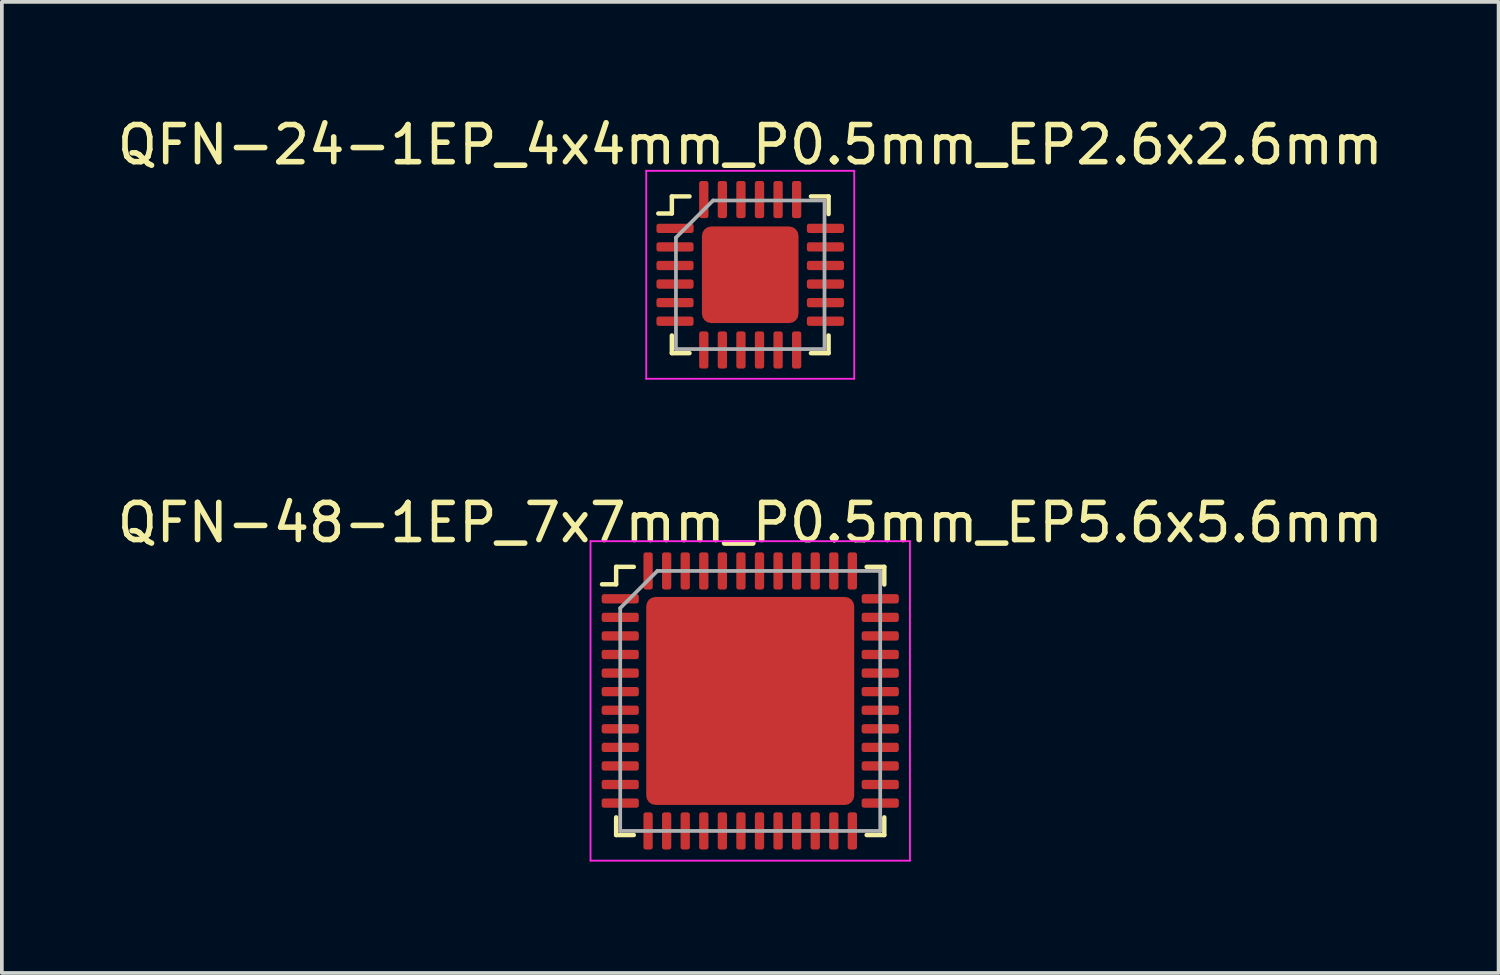
<source format=kicad_pcb>
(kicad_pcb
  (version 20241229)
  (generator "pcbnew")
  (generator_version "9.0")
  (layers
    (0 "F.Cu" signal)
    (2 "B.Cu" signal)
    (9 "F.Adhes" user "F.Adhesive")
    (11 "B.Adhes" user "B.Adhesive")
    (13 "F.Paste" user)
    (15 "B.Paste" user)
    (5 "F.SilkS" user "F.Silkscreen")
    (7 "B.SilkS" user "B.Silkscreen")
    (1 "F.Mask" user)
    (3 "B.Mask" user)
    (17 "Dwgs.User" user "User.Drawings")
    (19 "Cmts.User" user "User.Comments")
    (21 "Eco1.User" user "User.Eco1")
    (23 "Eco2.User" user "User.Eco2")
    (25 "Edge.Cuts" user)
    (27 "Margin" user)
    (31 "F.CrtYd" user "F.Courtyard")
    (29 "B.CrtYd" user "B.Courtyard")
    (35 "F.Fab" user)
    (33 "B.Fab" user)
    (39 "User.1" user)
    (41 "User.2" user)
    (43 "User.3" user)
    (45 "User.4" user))
  (footprint "QFN-48-1EP_7x7mm_P0.5mm_EP5.6x5.6mm"
    (layer "F.Cu")
    (at 17.149 15.822)
    (property "Reference" "QFN-48-1EP_7x7mm_P0.5mm_EP5.6x5.6mm" (at 0 -4.8 0) (layer "F.SilkS") (effects (font (size 1 1) (thickness 0.15))))
    (attr smd)
    (fp_line (start -3.61 -3.61) (end -3.61 -3.14) (stroke (width 0.12) (type solid)) (layer "F.SilkS"))
    (fp_line (start -3.61 -3.14) (end -3.99 -3.14) (stroke (width 0.12) (type solid)) (layer "F.SilkS"))
    (fp_line (start -3.61 3.61) (end -3.61 3.135) (stroke (width 0.12) (type solid)) (layer "F.SilkS"))
    (fp_line (start -3.135 -3.61) (end -3.61 -3.61) (stroke (width 0.12) (type solid)) (layer "F.SilkS"))
    (fp_line (start -3.135 3.61) (end -3.61 3.61) (stroke (width 0.12) (type solid)) (layer "F.SilkS"))
    (fp_line (start 3.135 -3.61) (end 3.61 -3.61) (stroke (width 0.12) (type solid)) (layer "F.SilkS"))
    (fp_line (start 3.135 3.61) (end 3.61 3.61) (stroke (width 0.12) (type solid)) (layer "F.SilkS"))
    (fp_line (start 3.61 -3.61) (end 3.61 -3.135) (stroke (width 0.12) (type solid)) (layer "F.SilkS"))
    (fp_line (start 3.61 3.61) (end 3.61 3.135) (stroke (width 0.12) (type solid)) (layer "F.SilkS"))
    (fp_line (start -4.3 -4.3) (end -4.3 4.3) (stroke (width 0.05) (type solid)) (layer "F.CrtYd"))
    (fp_line (start -4.3 4.3) (end 4.3 4.3) (stroke (width 0.05) (type solid)) (layer "F.CrtYd"))
    (fp_line (start 4.3 -4.3) (end -4.3 -4.3) (stroke (width 0.05) (type solid)) (layer "F.CrtYd"))
    (fp_line (start 4.3 4.3) (end 4.3 -4.3) (stroke (width 0.05) (type solid)) (layer "F.CrtYd"))
    (fp_line (start -3.5 -2.5) (end -2.5 -3.5) (stroke (width 0.1) (type solid)) (layer "F.Fab"))
    (fp_line (start -3.5 3.5) (end -3.5 -2.5) (stroke (width 0.1) (type solid)) (layer "F.Fab"))
    (fp_line (start -2.5 -3.5) (end 3.5 -3.5) (stroke (width 0.1) (type solid)) (layer "F.Fab"))
    (fp_line (start 3.5 -3.5) (end 3.5 3.5) (stroke (width 0.1) (type solid)) (layer "F.Fab"))
    (fp_line (start 3.5 3.5) (end -3.5 3.5) (stroke (width 0.1) (type solid)) (layer "F.Fab"))
    (pad "" smd roundrect (at -2.1 -2.1) (size 1.13 1.13) (layers "F.Paste") (roundrect_rratio 0.221))
    (pad "" smd roundrect (at -2.1 -0.7) (size 1.13 1.13) (layers "F.Paste") (roundrect_rratio 0.221))
    (pad "" smd roundrect (at -2.1 0.7) (size 1.13 1.13) (layers "F.Paste") (roundrect_rratio 0.221))
    (pad "" smd roundrect (at -2.1 2.1) (size 1.13 1.13) (layers "F.Paste") (roundrect_rratio 0.221))
    (pad "" smd roundrect (at -0.7 -2.1) (size 1.13 1.13) (layers "F.Paste") (roundrect_rratio 0.221))
    (pad "" smd roundrect (at -0.7 -0.7) (size 1.13 1.13) (layers "F.Paste") (roundrect_rratio 0.221))
    (pad "" smd roundrect (at -0.7 0.7) (size 1.13 1.13) (layers "F.Paste") (roundrect_rratio 0.221))
    (pad "" smd roundrect (at -0.7 2.1) (size 1.13 1.13) (layers "F.Paste") (roundrect_rratio 0.221))
    (pad "" smd roundrect (at 0.7 -2.1) (size 1.13 1.13) (layers "F.Paste") (roundrect_rratio 0.221))
    (pad "" smd roundrect (at 0.7 -0.7) (size 1.13 1.13) (layers "F.Paste") (roundrect_rratio 0.221))
    (pad "" smd roundrect (at 0.7 0.7) (size 1.13 1.13) (layers "F.Paste") (roundrect_rratio 0.221))
    (pad "" smd roundrect (at 0.7 2.1) (size 1.13 1.13) (layers "F.Paste") (roundrect_rratio 0.221))
    (pad "" smd roundrect (at 2.1 -2.1) (size 1.13 1.13) (layers "F.Paste") (roundrect_rratio 0.221))
    (pad "" smd roundrect (at 2.1 -0.7) (size 1.13 1.13) (layers "F.Paste") (roundrect_rratio 0.221))
    (pad "" smd roundrect (at 2.1 0.7) (size 1.13 1.13) (layers "F.Paste") (roundrect_rratio 0.221))
    (pad "" smd roundrect (at 2.1 2.1) (size 1.13 1.13) (layers "F.Paste") (roundrect_rratio 0.221))
    (pad "1" smd roundrect (at -3.5 -2.75) (size 1 0.25) (layers "F.Cu" "F.Mask" "F.Paste") (roundrect_rratio 0.25))
    (pad "2" smd roundrect (at -3.5 -2.25) (size 1 0.25) (layers "F.Cu" "F.Mask" "F.Paste") (roundrect_rratio 0.25))
    (pad "3" smd roundrect (at -3.5 -1.75) (size 1 0.25) (layers "F.Cu" "F.Mask" "F.Paste") (roundrect_rratio 0.25))
    (pad "4" smd roundrect (at -3.5 -1.25) (size 1 0.25) (layers "F.Cu" "F.Mask" "F.Paste") (roundrect_rratio 0.25))
    (pad "5" smd roundrect (at -3.5 -0.75) (size 1 0.25) (layers "F.Cu" "F.Mask" "F.Paste") (roundrect_rratio 0.25))
    (pad "6" smd roundrect (at -3.5 -0.25) (size 1 0.25) (layers "F.Cu" "F.Mask" "F.Paste") (roundrect_rratio 0.25))
    (pad "7" smd roundrect (at -3.5 0.25) (size 1 0.25) (layers "F.Cu" "F.Mask" "F.Paste") (roundrect_rratio 0.25))
    (pad "8" smd roundrect (at -3.5 0.75) (size 1 0.25) (layers "F.Cu" "F.Mask" "F.Paste") (roundrect_rratio 0.25))
    (pad "9" smd roundrect (at -3.5 1.25) (size 1 0.25) (layers "F.Cu" "F.Mask" "F.Paste") (roundrect_rratio 0.25))
    (pad "10" smd roundrect (at -3.5 1.75) (size 1 0.25) (layers "F.Cu" "F.Mask" "F.Paste") (roundrect_rratio 0.25))
    (pad "11" smd roundrect (at -3.5 2.25) (size 1 0.25) (layers "F.Cu" "F.Mask" "F.Paste") (roundrect_rratio 0.25))
    (pad "12" smd roundrect (at -3.5 2.75) (size 1 0.25) (layers "F.Cu" "F.Mask" "F.Paste") (roundrect_rratio 0.25))
    (pad "13" smd roundrect (at -2.75 3.5) (size 0.25 1) (layers "F.Cu" "F.Mask" "F.Paste") (roundrect_rratio 0.25))
    (pad "14" smd roundrect (at -2.25 3.5) (size 0.25 1) (layers "F.Cu" "F.Mask" "F.Paste") (roundrect_rratio 0.25))
    (pad "15" smd roundrect (at -1.75 3.5) (size 0.25 1) (layers "F.Cu" "F.Mask" "F.Paste") (roundrect_rratio 0.25))
    (pad "16" smd roundrect (at -1.25 3.5) (size 0.25 1) (layers "F.Cu" "F.Mask" "F.Paste") (roundrect_rratio 0.25))
    (pad "17" smd roundrect (at -0.75 3.5) (size 0.25 1) (layers "F.Cu" "F.Mask" "F.Paste") (roundrect_rratio 0.25))
    (pad "18" smd roundrect (at -0.25 3.5) (size 0.25 1) (layers "F.Cu" "F.Mask" "F.Paste") (roundrect_rratio 0.25))
    (pad "19" smd roundrect (at 0.25 3.5) (size 0.25 1) (layers "F.Cu" "F.Mask" "F.Paste") (roundrect_rratio 0.25))
    (pad "20" smd roundrect (at 0.75 3.5) (size 0.25 1) (layers "F.Cu" "F.Mask" "F.Paste") (roundrect_rratio 0.25))
    (pad "21" smd roundrect (at 1.25 3.5) (size 0.25 1) (layers "F.Cu" "F.Mask" "F.Paste") (roundrect_rratio 0.25))
    (pad "22" smd roundrect (at 1.75 3.5) (size 0.25 1) (layers "F.Cu" "F.Mask" "F.Paste") (roundrect_rratio 0.25))
    (pad "23" smd roundrect (at 2.25 3.5) (size 0.25 1) (layers "F.Cu" "F.Mask" "F.Paste") (roundrect_rratio 0.25))
    (pad "24" smd roundrect (at 2.75 3.5) (size 0.25 1) (layers "F.Cu" "F.Mask" "F.Paste") (roundrect_rratio 0.25))
    (pad "25" smd roundrect (at 3.5 2.75) (size 1 0.25) (layers "F.Cu" "F.Mask" "F.Paste") (roundrect_rratio 0.25))
    (pad "26" smd roundrect (at 3.5 2.25) (size 1 0.25) (layers "F.Cu" "F.Mask" "F.Paste") (roundrect_rratio 0.25))
    (pad "27" smd roundrect (at 3.5 1.75) (size 1 0.25) (layers "F.Cu" "F.Mask" "F.Paste") (roundrect_rratio 0.25))
    (pad "28" smd roundrect (at 3.5 1.25) (size 1 0.25) (layers "F.Cu" "F.Mask" "F.Paste") (roundrect_rratio 0.25))
    (pad "29" smd roundrect (at 3.5 0.75) (size 1 0.25) (layers "F.Cu" "F.Mask" "F.Paste") (roundrect_rratio 0.25))
    (pad "30" smd roundrect (at 3.5 0.25) (size 1 0.25) (layers "F.Cu" "F.Mask" "F.Paste") (roundrect_rratio 0.25))
    (pad "31" smd roundrect (at 3.5 -0.25) (size 1 0.25) (layers "F.Cu" "F.Mask" "F.Paste") (roundrect_rratio 0.25))
    (pad "32" smd roundrect (at 3.5 -0.75) (size 1 0.25) (layers "F.Cu" "F.Mask" "F.Paste") (roundrect_rratio 0.25))
    (pad "33" smd roundrect (at 3.5 -1.25) (size 1 0.25) (layers "F.Cu" "F.Mask" "F.Paste") (roundrect_rratio 0.25))
    (pad "34" smd roundrect (at 3.5 -1.75) (size 1 0.25) (layers "F.Cu" "F.Mask" "F.Paste") (roundrect_rratio 0.25))
    (pad "35" smd roundrect (at 3.5 -2.25) (size 1 0.25) (layers "F.Cu" "F.Mask" "F.Paste") (roundrect_rratio 0.25))
    (pad "36" smd roundrect (at 3.5 -2.75) (size 1 0.25) (layers "F.Cu" "F.Mask" "F.Paste") (roundrect_rratio 0.25))
    (pad "37" smd roundrect (at 2.75 -3.5) (size 0.25 1) (layers "F.Cu" "F.Mask" "F.Paste") (roundrect_rratio 0.25))
    (pad "38" smd roundrect (at 2.25 -3.5) (size 0.25 1) (layers "F.Cu" "F.Mask" "F.Paste") (roundrect_rratio 0.25))
    (pad "39" smd roundrect (at 1.75 -3.5) (size 0.25 1) (layers "F.Cu" "F.Mask" "F.Paste") (roundrect_rratio 0.25))
    (pad "40" smd roundrect (at 1.25 -3.5) (size 0.25 1) (layers "F.Cu" "F.Mask" "F.Paste") (roundrect_rratio 0.25))
    (pad "41" smd roundrect (at 0.75 -3.5) (size 0.25 1) (layers "F.Cu" "F.Mask" "F.Paste") (roundrect_rratio 0.25))
    (pad "42" smd roundrect (at 0.25 -3.5) (size 0.25 1) (layers "F.Cu" "F.Mask" "F.Paste") (roundrect_rratio 0.25))
    (pad "43" smd roundrect (at -0.25 -3.5) (size 0.25 1) (layers "F.Cu" "F.Mask" "F.Paste") (roundrect_rratio 0.25))
    (pad "44" smd roundrect (at -0.75 -3.5) (size 0.25 1) (layers "F.Cu" "F.Mask" "F.Paste") (roundrect_rratio 0.25))
    (pad "45" smd roundrect (at -1.25 -3.5) (size 0.25 1) (layers "F.Cu" "F.Mask" "F.Paste") (roundrect_rratio 0.25))
    (pad "46" smd roundrect (at -1.75 -3.5) (size 0.25 1) (layers "F.Cu" "F.Mask" "F.Paste") (roundrect_rratio 0.25))
    (pad "47" smd roundrect (at -2.25 -3.5) (size 0.25 1) (layers "F.Cu" "F.Mask" "F.Paste") (roundrect_rratio 0.25))
    (pad "48" smd roundrect (at -2.75 -3.5) (size 0.25 1) (layers "F.Cu" "F.Mask" "F.Paste") (roundrect_rratio 0.25))
    (pad "49" smd roundrect (at 0 0) (size 5.6 5.6) (layers "F.Cu" "F.Mask") (roundrect_rratio 0.045)))
  (footprint "QFN-24-1EP_4x4mm_P0.5mm_EP2.6x2.6mm"
    (layer "F.Cu")
    (at 17.149 4.348)
    (property "Reference" "QFN-24-1EP_4x4mm_P0.5mm_EP2.6x2.6mm" (at 0 -3.5 0) (layer "F.SilkS") (effects (font (size 1 1) (thickness 0.15))))
    (attr smd)
    (fp_line (start -2.11 -2.11) (end -2.11 -1.65) (stroke (width 0.12) (type solid)) (layer "F.SilkS"))
    (fp_line (start -2.11 -1.65) (end -2.475 -1.65) (stroke (width 0.12) (type solid)) (layer "F.SilkS"))
    (fp_line (start -2.11 2.11) (end -2.11 1.635) (stroke (width 0.12) (type solid)) (layer "F.SilkS"))
    (fp_line (start -1.635 -2.11) (end -2.11 -2.11) (stroke (width 0.12) (type solid)) (layer "F.SilkS"))
    (fp_line (start -1.635 2.11) (end -2.11 2.11) (stroke (width 0.12) (type solid)) (layer "F.SilkS"))
    (fp_line (start 1.635 -2.11) (end 2.11 -2.11) (stroke (width 0.12) (type solid)) (layer "F.SilkS"))
    (fp_line (start 1.635 2.11) (end 2.11 2.11) (stroke (width 0.12) (type solid)) (layer "F.SilkS"))
    (fp_line (start 2.11 -2.11) (end 2.11 -1.635) (stroke (width 0.12) (type solid)) (layer "F.SilkS"))
    (fp_line (start 2.11 2.11) (end 2.11 1.635) (stroke (width 0.12) (type solid)) (layer "F.SilkS"))
    (fp_line (start -2.8 -2.8) (end -2.8 2.8) (stroke (width 0.05) (type solid)) (layer "F.CrtYd"))
    (fp_line (start -2.8 2.8) (end 2.8 2.8) (stroke (width 0.05) (type solid)) (layer "F.CrtYd"))
    (fp_line (start 2.8 -2.8) (end -2.8 -2.8) (stroke (width 0.05) (type solid)) (layer "F.CrtYd"))
    (fp_line (start 2.8 2.8) (end 2.8 -2.8) (stroke (width 0.05) (type solid)) (layer "F.CrtYd"))
    (fp_line (start -2 -1) (end -1 -2) (stroke (width 0.1) (type solid)) (layer "F.Fab"))
    (fp_line (start -2 2) (end -2 -1) (stroke (width 0.1) (type solid)) (layer "F.Fab"))
    (fp_line (start -1 -2) (end 2 -2) (stroke (width 0.1) (type solid)) (layer "F.Fab"))
    (fp_line (start 2 -2) (end 2 2) (stroke (width 0.1) (type solid)) (layer "F.Fab"))
    (fp_line (start 2 2) (end -2 2) (stroke (width 0.1) (type solid)) (layer "F.Fab"))
    (pad "" smd roundrect (at -0.65 -0.65) (size 1.05 1.05) (layers "F.Paste") (roundrect_rratio 0.238))
    (pad "" smd roundrect (at -0.65 0.65) (size 1.05 1.05) (layers "F.Paste") (roundrect_rratio 0.238))
    (pad "" smd roundrect (at 0.65 -0.65) (size 1.05 1.05) (layers "F.Paste") (roundrect_rratio 0.238))
    (pad "" smd roundrect (at 0.65 0.65) (size 1.05 1.05) (layers "F.Paste") (roundrect_rratio 0.238))
    (pad "1" smd roundrect (at -2.025 -1.25) (size 1 0.25) (layers "F.Cu" "F.Mask" "F.Paste") (roundrect_rratio 0.25))
    (pad "2" smd roundrect (at -2.025 -0.75) (size 1 0.25) (layers "F.Cu" "F.Mask" "F.Paste") (roundrect_rratio 0.25))
    (pad "3" smd roundrect (at -2.025 -0.25) (size 1 0.25) (layers "F.Cu" "F.Mask" "F.Paste") (roundrect_rratio 0.25))
    (pad "4" smd roundrect (at -2.025 0.25) (size 1 0.25) (layers "F.Cu" "F.Mask" "F.Paste") (roundrect_rratio 0.25))
    (pad "5" smd roundrect (at -2.025 0.75) (size 1 0.25) (layers "F.Cu" "F.Mask" "F.Paste") (roundrect_rratio 0.25))
    (pad "6" smd roundrect (at -2.025 1.25) (size 1 0.25) (layers "F.Cu" "F.Mask" "F.Paste") (roundrect_rratio 0.25))
    (pad "7" smd roundrect (at -1.25 2.025) (size 0.25 1) (layers "F.Cu" "F.Mask" "F.Paste") (roundrect_rratio 0.25))
    (pad "8" smd roundrect (at -0.75 2.025) (size 0.25 1) (layers "F.Cu" "F.Mask" "F.Paste") (roundrect_rratio 0.25))
    (pad "9" smd roundrect (at -0.25 2.025) (size 0.25 1) (layers "F.Cu" "F.Mask" "F.Paste") (roundrect_rratio 0.25))
    (pad "10" smd roundrect (at 0.25 2.025) (size 0.25 1) (layers "F.Cu" "F.Mask" "F.Paste") (roundrect_rratio 0.25))
    (pad "11" smd roundrect (at 0.75 2.025) (size 0.25 1) (layers "F.Cu" "F.Mask" "F.Paste") (roundrect_rratio 0.25))
    (pad "12" smd roundrect (at 1.25 2.025) (size 0.25 1) (layers "F.Cu" "F.Mask" "F.Paste") (roundrect_rratio 0.25))
    (pad "13" smd roundrect (at 2.025 1.25) (size 1 0.25) (layers "F.Cu" "F.Mask" "F.Paste") (roundrect_rratio 0.25))
    (pad "14" smd roundrect (at 2.025 0.75) (size 1 0.25) (layers "F.Cu" "F.Mask" "F.Paste") (roundrect_rratio 0.25))
    (pad "15" smd roundrect (at 2.025 0.25) (size 1 0.25) (layers "F.Cu" "F.Mask" "F.Paste") (roundrect_rratio 0.25))
    (pad "16" smd roundrect (at 2.025 -0.25) (size 1 0.25) (layers "F.Cu" "F.Mask" "F.Paste") (roundrect_rratio 0.25))
    (pad "17" smd roundrect (at 2.025 -0.75) (size 1 0.25) (layers "F.Cu" "F.Mask" "F.Paste") (roundrect_rratio 0.25))
    (pad "18" smd roundrect (at 2.025 -1.25) (size 1 0.25) (layers "F.Cu" "F.Mask" "F.Paste") (roundrect_rratio 0.25))
    (pad "19" smd roundrect (at 1.25 -2.025) (size 0.25 1) (layers "F.Cu" "F.Mask" "F.Paste") (roundrect_rratio 0.25))
    (pad "20" smd roundrect (at 0.75 -2.025) (size 0.25 1) (layers "F.Cu" "F.Mask" "F.Paste") (roundrect_rratio 0.25))
    (pad "21" smd roundrect (at 0.25 -2.025) (size 0.25 1) (layers "F.Cu" "F.Mask" "F.Paste") (roundrect_rratio 0.25))
    (pad "22" smd roundrect (at -0.25 -2.025) (size 0.25 1) (layers "F.Cu" "F.Mask" "F.Paste") (roundrect_rratio 0.25))
    (pad "23" smd roundrect (at -0.75 -2.025) (size 0.25 1) (layers "F.Cu" "F.Mask" "F.Paste") (roundrect_rratio 0.25))
    (pad "24" smd roundrect (at -1.25 -2.025) (size 0.25 1) (layers "F.Cu" "F.Mask" "F.Paste") (roundrect_rratio 0.25))
    (pad "25" smd roundrect (at 0 0) (size 2.6 2.6) (layers "F.Cu" "F.Mask") (roundrect_rratio 0.096)))
  (gr_rect
    (start -3 -3)
    (end 37.298 23.146)
    (stroke (width 0.1) (type default))
    (fill no)
    (layer "Edge.Cuts")))
</source>
